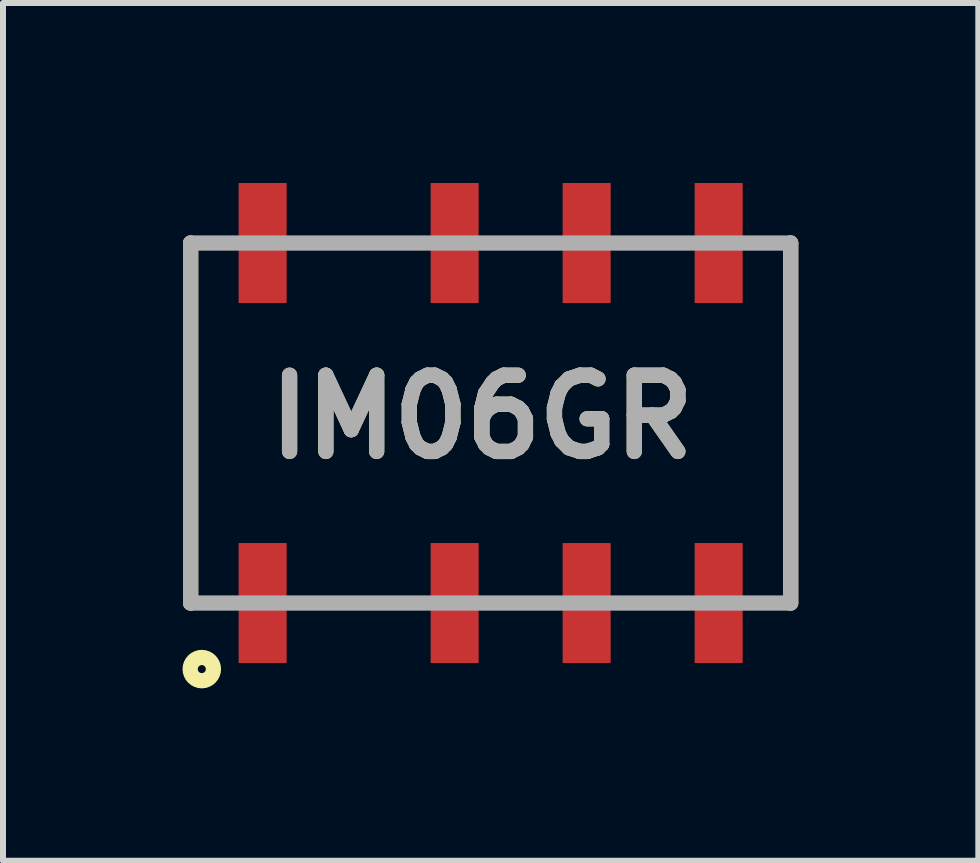
<source format=kicad_pcb>
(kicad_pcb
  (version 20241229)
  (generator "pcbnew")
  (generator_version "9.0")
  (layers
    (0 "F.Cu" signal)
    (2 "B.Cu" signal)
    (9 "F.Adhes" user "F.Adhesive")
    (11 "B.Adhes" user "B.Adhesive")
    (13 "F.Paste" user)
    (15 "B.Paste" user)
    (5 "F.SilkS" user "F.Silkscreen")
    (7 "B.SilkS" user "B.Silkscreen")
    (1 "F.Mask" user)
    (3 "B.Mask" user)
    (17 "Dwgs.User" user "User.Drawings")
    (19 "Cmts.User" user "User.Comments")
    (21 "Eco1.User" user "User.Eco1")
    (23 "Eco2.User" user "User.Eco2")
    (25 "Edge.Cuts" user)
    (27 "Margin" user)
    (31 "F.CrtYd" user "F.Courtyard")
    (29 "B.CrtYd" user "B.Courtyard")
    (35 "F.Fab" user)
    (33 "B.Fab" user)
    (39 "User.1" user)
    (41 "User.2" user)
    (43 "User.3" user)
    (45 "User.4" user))
  (footprint "IM06GR"
    (layer "F.Cu")
    (at 5.127 4)
    (property "Reference" "IM06GR" (at -0.146 -0.101 0) (layer "F.SilkS") (effects (font (size 1.27 1.27) (thickness 0.254))))
    (attr smd)
    (fp_line (start -5 -3) (end -5 3) (stroke (width 0.254) (type solid)) (layer "F.SilkS"))
    (fp_line (start 5 3) (end 5 -3) (stroke (width 0.254) (type solid)) (layer "F.SilkS"))
    (fp_circle (center -4.814 4.101) (end -4.814 4.168) (stroke (width 0.254) (type solid)) (fill no) (layer "F.SilkS"))
    (fp_line (start -5 -3) (end 5 -3) (stroke (width 0.254) (type solid)) (layer "F.Fab"))
    (fp_line (start -5 3) (end -5 -3) (stroke (width 0.254) (type solid)) (layer "F.Fab"))
    (fp_line (start 5 -3) (end 5 3) (stroke (width 0.254) (type solid)) (layer "F.Fab"))
    (fp_line (start 5 3) (end -5 3) (stroke (width 0.254) (type solid)) (layer "F.Fab"))
    (fp_text user "${REFERENCE}" (at -0.146 -0.101 0) (layer "F.Fab") (effects (font (size 1.27 1.27) (thickness 0.254))))
    (pad "1" smd rect (at -3.8 3) (size 0.8 2) (layers "F.Cu" "F.Mask" "F.Paste"))
    (pad "2" smd rect (at -0.6 3) (size 0.8 2) (layers "F.Cu" "F.Mask" "F.Paste"))
    (pad "3" smd rect (at 1.6 3) (size 0.8 2) (layers "F.Cu" "F.Mask" "F.Paste"))
    (pad "4" smd rect (at 3.8 3) (size 0.8 2) (layers "F.Cu" "F.Mask" "F.Paste"))
    (pad "5" smd rect (at 3.8 -3) (size 0.8 2) (layers "F.Cu" "F.Mask" "F.Paste"))
    (pad "6" smd rect (at 1.6 -3) (size 0.8 2) (layers "F.Cu" "F.Mask" "F.Paste"))
    (pad "7" smd rect (at -0.6 -3) (size 0.8 2) (layers "F.Cu" "F.Mask" "F.Paste"))
    (pad "8" smd rect (at -3.8 -3) (size 0.8 2) (layers "F.Cu" "F.Mask" "F.Paste")))
  (gr_rect
    (start -3 -3)
    (end 13.254 11.295)
    (stroke (width 0.1) (type default))
    (fill no)
    (layer "Edge.Cuts")))
</source>
